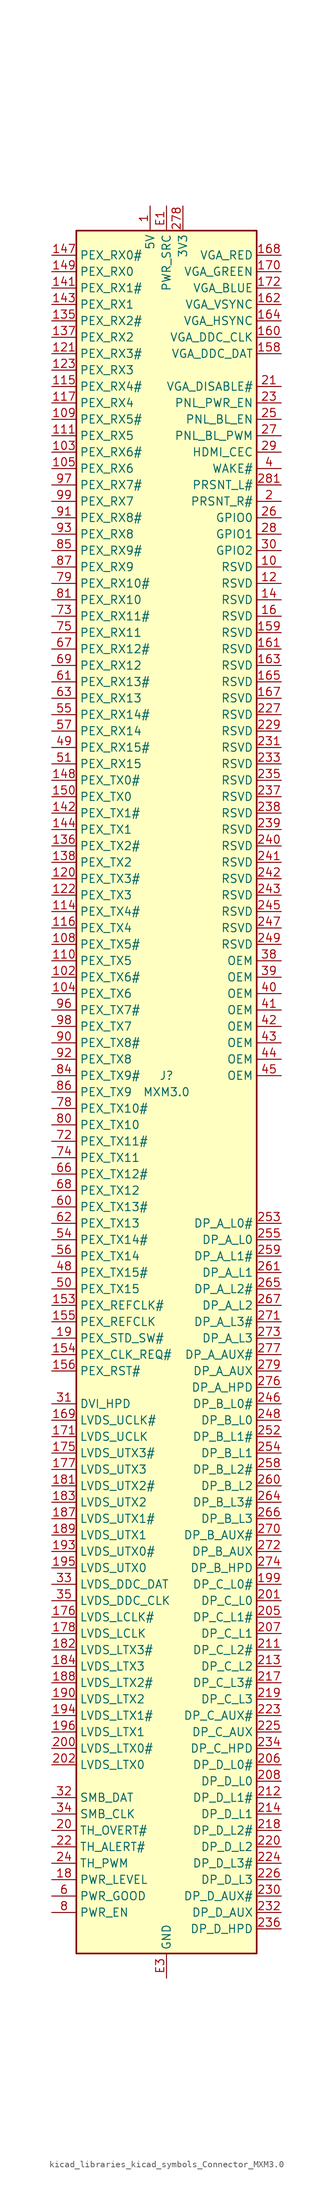
<source format=kicad_sym>
(kicad_symbol_lib
  (version 20220914)
  (generator kicad_symbol_editor)
  (symbol "kicad_libraries_kicad_symbols_Connector_MXM3.0"
    (property "Reference" "J"
      (at 0 2.54 0)
      (effects (font (size 1.27 1.27))))
    (property "Value" "MXM3.0"
      (at 0 0 0)
      (effects (font (size 1.27 1.27))))
    (symbol "kicad_libraries_kicad_symbols_Connector_MXM3.0_1_1"
      (rectangle (start -13.97 133.35) (end 13.97 -133.35) (stroke (width 0.254) (type default)) (fill (type background)))
      (pin power_in line (at -2.54 137.16 270) (length 3.81) (name "5V" (effects (font (size 1.27 1.27)))) (number "1" (effects (font (size 1.27 1.27)))))
      (pin bidirectional line (at 17.78 81.28 180) (length 3.81) (name "RSVD" (effects (font (size 1.27 1.27)))) (number "10" (effects (font (size 1.27 1.27)))))
      (pin passive line (at 0 -137.16 90) (length 3.81) hide (name "GND" (effects (font (size 1.27 1.27)))) (number "100" (effects (font (size 1.27 1.27)))))
      (pin passive line (at 0 -137.16 90) (length 3.81) hide (name "GND" (effects (font (size 1.27 1.27)))) (number "101" (effects (font (size 1.27 1.27)))))
      (pin input line (at -17.78 17.78 0) (length 3.81) (name "PEX_TX6#" (effects (font (size 1.27 1.27)))) (number "102" (effects (font (size 1.27 1.27)))))
      (pin output line (at -17.78 99.06 0) (length 3.81) (name "PEX_RX6#" (effects (font (size 1.27 1.27)))) (number "103" (effects (font (size 1.27 1.27)))))
      (pin input line (at -17.78 15.24 0) (length 3.81) (name "PEX_TX6" (effects (font (size 1.27 1.27)))) (number "104" (effects (font (size 1.27 1.27)))))
      (pin output line (at -17.78 96.52 0) (length 3.81) (name "PEX_RX6" (effects (font (size 1.27 1.27)))) (number "105" (effects (font (size 1.27 1.27)))))
      (pin passive line (at 0 -137.16 90) (length 3.81) hide (name "GND" (effects (font (size 1.27 1.27)))) (number "106" (effects (font (size 1.27 1.27)))))
      (pin passive line (at 0 -137.16 90) (length 3.81) hide (name "GND" (effects (font (size 1.27 1.27)))) (number "107" (effects (font (size 1.27 1.27)))))
      (pin input line (at -17.78 22.86 0) (length 3.81) (name "PEX_TX5#" (effects (font (size 1.27 1.27)))) (number "108" (effects (font (size 1.27 1.27)))))
      (pin output line (at -17.78 104.14 0) (length 3.81) (name "PEX_RX5#" (effects (font (size 1.27 1.27)))) (number "109" (effects (font (size 1.27 1.27)))))
      (pin passive line (at 0 -137.16 90) (length 3.81) hide (name "GND" (effects (font (size 1.27 1.27)))) (number "11" (effects (font (size 1.27 1.27)))))
      (pin input line (at -17.78 20.32 0) (length 3.81) (name "PEX_TX5" (effects (font (size 1.27 1.27)))) (number "110" (effects (font (size 1.27 1.27)))))
      (pin output line (at -17.78 101.6 0) (length 3.81) (name "PEX_RX5" (effects (font (size 1.27 1.27)))) (number "111" (effects (font (size 1.27 1.27)))))
      (pin passive line (at 0 -137.16 90) (length 3.81) hide (name "GND" (effects (font (size 1.27 1.27)))) (number "112" (effects (font (size 1.27 1.27)))))
      (pin passive line (at 0 -137.16 90) (length 3.81) hide (name "GND" (effects (font (size 1.27 1.27)))) (number "113" (effects (font (size 1.27 1.27)))))
      (pin input line (at -17.78 27.94 0) (length 3.81) (name "PEX_TX4#" (effects (font (size 1.27 1.27)))) (number "114" (effects (font (size 1.27 1.27)))))
      (pin output line (at -17.78 109.22 0) (length 3.81) (name "PEX_RX4#" (effects (font (size 1.27 1.27)))) (number "115" (effects (font (size 1.27 1.27)))))
      (pin input line (at -17.78 25.4 0) (length 3.81) (name "PEX_TX4" (effects (font (size 1.27 1.27)))) (number "116" (effects (font (size 1.27 1.27)))))
      (pin output line (at -17.78 106.68 0) (length 3.81) (name "PEX_RX4" (effects (font (size 1.27 1.27)))) (number "117" (effects (font (size 1.27 1.27)))))
      (pin passive line (at 0 -137.16 90) (length 3.81) hide (name "GND" (effects (font (size 1.27 1.27)))) (number "118" (effects (font (size 1.27 1.27)))))
      (pin passive line (at 0 -137.16 90) (length 3.81) hide (name "GND" (effects (font (size 1.27 1.27)))) (number "119" (effects (font (size 1.27 1.27)))))
      (pin bidirectional line (at 17.78 78.74 180) (length 3.81) (name "RSVD" (effects (font (size 1.27 1.27)))) (number "12" (effects (font (size 1.27 1.27)))))
      (pin input line (at -17.78 33.02 0) (length 3.81) (name "PEX_TX3#" (effects (font (size 1.27 1.27)))) (number "120" (effects (font (size 1.27 1.27)))))
      (pin output line (at -17.78 114.3 0) (length 3.81) (name "PEX_RX3#" (effects (font (size 1.27 1.27)))) (number "121" (effects (font (size 1.27 1.27)))))
      (pin input line (at -17.78 30.48 0) (length 3.81) (name "PEX_TX3" (effects (font (size 1.27 1.27)))) (number "122" (effects (font (size 1.27 1.27)))))
      (pin output line (at -17.78 111.76 0) (length 3.81) (name "PEX_RX3" (effects (font (size 1.27 1.27)))) (number "123" (effects (font (size 1.27 1.27)))))
      (pin passive line (at 0 -137.16 90) (length 3.81) hide (name "GND" (effects (font (size 1.27 1.27)))) (number "124" (effects (font (size 1.27 1.27)))))
      (pin passive line (at 0 -137.16 90) (length 3.81) hide (name "GND" (effects (font (size 1.27 1.27)))) (number "125" (effects (font (size 1.27 1.27)))))
      (pin passive line (at 0 -137.16 90) (length 3.81) hide (name "GND" (effects (font (size 1.27 1.27)))) (number "13" (effects (font (size 1.27 1.27)))))
      (pin passive line (at 0 -137.16 90) (length 3.81) hide (name "GND" (effects (font (size 1.27 1.27)))) (number "133" (effects (font (size 1.27 1.27)))))
      (pin passive line (at 0 -137.16 90) (length 3.81) hide (name "GND" (effects (font (size 1.27 1.27)))) (number "134" (effects (font (size 1.27 1.27)))))
      (pin output line (at -17.78 119.38 0) (length 3.81) (name "PEX_RX2#" (effects (font (size 1.27 1.27)))) (number "135" (effects (font (size 1.27 1.27)))))
      (pin input line (at -17.78 38.1 0) (length 3.81) (name "PEX_TX2#" (effects (font (size 1.27 1.27)))) (number "136" (effects (font (size 1.27 1.27)))))
      (pin output line (at -17.78 116.84 0) (length 3.81) (name "PEX_RX2" (effects (font (size 1.27 1.27)))) (number "137" (effects (font (size 1.27 1.27)))))
      (pin input line (at -17.78 35.56 0) (length 3.81) (name "PEX_TX2" (effects (font (size 1.27 1.27)))) (number "138" (effects (font (size 1.27 1.27)))))
      (pin passive line (at 0 -137.16 90) (length 3.81) hide (name "GND" (effects (font (size 1.27 1.27)))) (number "139" (effects (font (size 1.27 1.27)))))
      (pin bidirectional line (at 17.78 76.2 180) (length 3.81) (name "RSVD" (effects (font (size 1.27 1.27)))) (number "14" (effects (font (size 1.27 1.27)))))
      (pin passive line (at 0 -137.16 90) (length 3.81) hide (name "GND" (effects (font (size 1.27 1.27)))) (number "140" (effects (font (size 1.27 1.27)))))
      (pin output line (at -17.78 124.46 0) (length 3.81) (name "PEX_RX1#" (effects (font (size 1.27 1.27)))) (number "141" (effects (font (size 1.27 1.27)))))
      (pin input line (at -17.78 43.18 0) (length 3.81) (name "PEX_TX1#" (effects (font (size 1.27 1.27)))) (number "142" (effects (font (size 1.27 1.27)))))
      (pin output line (at -17.78 121.92 0) (length 3.81) (name "PEX_RX1" (effects (font (size 1.27 1.27)))) (number "143" (effects (font (size 1.27 1.27)))))
      (pin input line (at -17.78 40.64 0) (length 3.81) (name "PEX_TX1" (effects (font (size 1.27 1.27)))) (number "144" (effects (font (size 1.27 1.27)))))
      (pin passive line (at 0 -137.16 90) (length 3.81) hide (name "GND" (effects (font (size 1.27 1.27)))) (number "145" (effects (font (size 1.27 1.27)))))
      (pin passive line (at 0 -137.16 90) (length 3.81) hide (name "GND" (effects (font (size 1.27 1.27)))) (number "146" (effects (font (size 1.27 1.27)))))
      (pin output line (at -17.78 129.54 0) (length 3.81) (name "PEX_RX0#" (effects (font (size 1.27 1.27)))) (number "147" (effects (font (size 1.27 1.27)))))
      (pin input line (at -17.78 48.26 0) (length 3.81) (name "PEX_TX0#" (effects (font (size 1.27 1.27)))) (number "148" (effects (font (size 1.27 1.27)))))
      (pin output line (at -17.78 127 0) (length 3.81) (name "PEX_RX0" (effects (font (size 1.27 1.27)))) (number "149" (effects (font (size 1.27 1.27)))))
      (pin passive line (at 0 -137.16 90) (length 3.81) hide (name "GND" (effects (font (size 1.27 1.27)))) (number "15" (effects (font (size 1.27 1.27)))))
      (pin input line (at -17.78 45.72 0) (length 3.81) (name "PEX_TX0" (effects (font (size 1.27 1.27)))) (number "150" (effects (font (size 1.27 1.27)))))
      (pin passive line (at 0 -137.16 90) (length 3.81) hide (name "GND" (effects (font (size 1.27 1.27)))) (number "151" (effects (font (size 1.27 1.27)))))
      (pin passive line (at 0 -137.16 90) (length 3.81) hide (name "GND" (effects (font (size 1.27 1.27)))) (number "152" (effects (font (size 1.27 1.27)))))
      (pin input line (at -17.78 -33.02 0) (length 3.81) (name "PEX_REFCLK#" (effects (font (size 1.27 1.27)))) (number "153" (effects (font (size 1.27 1.27)))))
      (pin output line (at -17.78 -40.64 0) (length 3.81) (name "PEX_CLK_REQ#" (effects (font (size 1.27 1.27)))) (number "154" (effects (font (size 1.27 1.27)))))
      (pin input line (at -17.78 -35.56 0) (length 3.81) (name "PEX_REFCLK" (effects (font (size 1.27 1.27)))) (number "155" (effects (font (size 1.27 1.27)))))
      (pin input line (at -17.78 -43.18 0) (length 3.81) (name "PEX_RST#" (effects (font (size 1.27 1.27)))) (number "156" (effects (font (size 1.27 1.27)))))
      (pin passive line (at 0 -137.16 90) (length 3.81) hide (name "GND" (effects (font (size 1.27 1.27)))) (number "157" (effects (font (size 1.27 1.27)))))
      (pin bidirectional line (at 17.78 114.3 180) (length 3.81) (name "VGA_DDC_DAT" (effects (font (size 1.27 1.27)))) (number "158" (effects (font (size 1.27 1.27)))))
      (pin bidirectional line (at 17.78 71.12 180) (length 3.81) (name "RSVD" (effects (font (size 1.27 1.27)))) (number "159" (effects (font (size 1.27 1.27)))))
      (pin bidirectional line (at 17.78 73.66 180) (length 3.81) (name "RSVD" (effects (font (size 1.27 1.27)))) (number "16" (effects (font (size 1.27 1.27)))))
      (pin output line (at 17.78 116.84 180) (length 3.81) (name "VGA_DDC_CLK" (effects (font (size 1.27 1.27)))) (number "160" (effects (font (size 1.27 1.27)))))
      (pin bidirectional line (at 17.78 68.58 180) (length 3.81) (name "RSVD" (effects (font (size 1.27 1.27)))) (number "161" (effects (font (size 1.27 1.27)))))
      (pin output line (at 17.78 121.92 180) (length 3.81) (name "VGA_VSYNC" (effects (font (size 1.27 1.27)))) (number "162" (effects (font (size 1.27 1.27)))))
      (pin bidirectional line (at 17.78 66.04 180) (length 3.81) (name "RSVD" (effects (font (size 1.27 1.27)))) (number "163" (effects (font (size 1.27 1.27)))))
      (pin output line (at 17.78 119.38 180) (length 3.81) (name "VGA_HSYNC" (effects (font (size 1.27 1.27)))) (number "164" (effects (font (size 1.27 1.27)))))
      (pin bidirectional line (at 17.78 63.5 180) (length 3.81) (name "RSVD" (effects (font (size 1.27 1.27)))) (number "165" (effects (font (size 1.27 1.27)))))
      (pin passive line (at 0 -137.16 90) (length 3.81) hide (name "GND" (effects (font (size 1.27 1.27)))) (number "166" (effects (font (size 1.27 1.27)))))
      (pin bidirectional line (at 17.78 60.96 180) (length 3.81) (name "RSVD" (effects (font (size 1.27 1.27)))) (number "167" (effects (font (size 1.27 1.27)))))
      (pin output line (at 17.78 129.54 180) (length 3.81) (name "VGA_RED" (effects (font (size 1.27 1.27)))) (number "168" (effects (font (size 1.27 1.27)))))
      (pin output line (at -17.78 -50.8 0) (length 3.81) (name "LVDS_UCLK#" (effects (font (size 1.27 1.27)))) (number "169" (effects (font (size 1.27 1.27)))))
      (pin passive line (at 0 -137.16 90) (length 3.81) hide (name "GND" (effects (font (size 1.27 1.27)))) (number "17" (effects (font (size 1.27 1.27)))))
      (pin output line (at 17.78 127 180) (length 3.81) (name "VGA_GREEN" (effects (font (size 1.27 1.27)))) (number "170" (effects (font (size 1.27 1.27)))))
      (pin output line (at -17.78 -53.34 0) (length 3.81) (name "LVDS_UCLK" (effects (font (size 1.27 1.27)))) (number "171" (effects (font (size 1.27 1.27)))))
      (pin output line (at 17.78 124.46 180) (length 3.81) (name "VGA_BLUE" (effects (font (size 1.27 1.27)))) (number "172" (effects (font (size 1.27 1.27)))))
      (pin passive line (at 0 -137.16 90) (length 3.81) hide (name "GND" (effects (font (size 1.27 1.27)))) (number "173" (effects (font (size 1.27 1.27)))))
      (pin passive line (at 0 -137.16 90) (length 3.81) hide (name "GND" (effects (font (size 1.27 1.27)))) (number "174" (effects (font (size 1.27 1.27)))))
      (pin output line (at -17.78 -55.88 0) (length 3.81) (name "LVDS_UTX3#" (effects (font (size 1.27 1.27)))) (number "175" (effects (font (size 1.27 1.27)))))
      (pin output line (at -17.78 -81.28 0) (length 3.81) (name "LVDS_LCLK#" (effects (font (size 1.27 1.27)))) (number "176" (effects (font (size 1.27 1.27)))))
      (pin output line (at -17.78 -58.42 0) (length 3.81) (name "LVDS_UTX3" (effects (font (size 1.27 1.27)))) (number "177" (effects (font (size 1.27 1.27)))))
      (pin output line (at -17.78 -83.82 0) (length 3.81) (name "LVDS_LCLK" (effects (font (size 1.27 1.27)))) (number "178" (effects (font (size 1.27 1.27)))))
      (pin passive line (at 0 -137.16 90) (length 3.81) hide (name "GND" (effects (font (size 1.27 1.27)))) (number "179" (effects (font (size 1.27 1.27)))))
      (pin input line (at -17.78 -121.92 0) (length 3.81) (name "PWR_LEVEL" (effects (font (size 1.27 1.27)))) (number "18" (effects (font (size 1.27 1.27)))))
      (pin passive line (at 0 -137.16 90) (length 3.81) hide (name "GND" (effects (font (size 1.27 1.27)))) (number "180" (effects (font (size 1.27 1.27)))))
      (pin output line (at -17.78 -60.96 0) (length 3.81) (name "LVDS_UTX2#" (effects (font (size 1.27 1.27)))) (number "181" (effects (font (size 1.27 1.27)))))
      (pin output line (at -17.78 -86.36 0) (length 3.81) (name "LVDS_LTX3#" (effects (font (size 1.27 1.27)))) (number "182" (effects (font (size 1.27 1.27)))))
      (pin output line (at -17.78 -63.5 0) (length 3.81) (name "LVDS_UTX2" (effects (font (size 1.27 1.27)))) (number "183" (effects (font (size 1.27 1.27)))))
      (pin output line (at -17.78 -88.9 0) (length 3.81) (name "LVDS_LTX3" (effects (font (size 1.27 1.27)))) (number "184" (effects (font (size 1.27 1.27)))))
      (pin passive line (at 0 -137.16 90) (length 3.81) hide (name "GND" (effects (font (size 1.27 1.27)))) (number "185" (effects (font (size 1.27 1.27)))))
      (pin passive line (at 0 -137.16 90) (length 3.81) hide (name "GND" (effects (font (size 1.27 1.27)))) (number "186" (effects (font (size 1.27 1.27)))))
      (pin output line (at -17.78 -66.04 0) (length 3.81) (name "LVDS_UTX1#" (effects (font (size 1.27 1.27)))) (number "187" (effects (font (size 1.27 1.27)))))
      (pin output line (at -17.78 -91.44 0) (length 3.81) (name "LVDS_LTX2#" (effects (font (size 1.27 1.27)))) (number "188" (effects (font (size 1.27 1.27)))))
      (pin output line (at -17.78 -68.58 0) (length 3.81) (name "LVDS_UTX1" (effects (font (size 1.27 1.27)))) (number "189" (effects (font (size 1.27 1.27)))))
      (pin input line (at -17.78 -38.1 0) (length 3.81) (name "PEX_STD_SW#" (effects (font (size 1.27 1.27)))) (number "19" (effects (font (size 1.27 1.27)))))
      (pin output line (at -17.78 -93.98 0) (length 3.81) (name "LVDS_LTX2" (effects (font (size 1.27 1.27)))) (number "190" (effects (font (size 1.27 1.27)))))
      (pin passive line (at 0 -137.16 90) (length 3.81) hide (name "GND" (effects (font (size 1.27 1.27)))) (number "191" (effects (font (size 1.27 1.27)))))
      (pin passive line (at 0 -137.16 90) (length 3.81) hide (name "GND" (effects (font (size 1.27 1.27)))) (number "192" (effects (font (size 1.27 1.27)))))
      (pin output line (at -17.78 -71.12 0) (length 3.81) (name "LVDS_UTX0#" (effects (font (size 1.27 1.27)))) (number "193" (effects (font (size 1.27 1.27)))))
      (pin output line (at -17.78 -96.52 0) (length 3.81) (name "LVDS_LTX1#" (effects (font (size 1.27 1.27)))) (number "194" (effects (font (size 1.27 1.27)))))
      (pin output line (at -17.78 -73.66 0) (length 3.81) (name "LVDS_UTX0" (effects (font (size 1.27 1.27)))) (number "195" (effects (font (size 1.27 1.27)))))
      (pin output line (at -17.78 -99.06 0) (length 3.81) (name "LVDS_LTX1" (effects (font (size 1.27 1.27)))) (number "196" (effects (font (size 1.27 1.27)))))
      (pin passive line (at 0 -137.16 90) (length 3.81) hide (name "GND" (effects (font (size 1.27 1.27)))) (number "197" (effects (font (size 1.27 1.27)))))
      (pin passive line (at 0 -137.16 90) (length 3.81) hide (name "GND" (effects (font (size 1.27 1.27)))) (number "198" (effects (font (size 1.27 1.27)))))
      (pin output line (at 17.78 -76.2 180) (length 3.81) (name "DP_C_L0#" (effects (font (size 1.27 1.27)))) (number "199" (effects (font (size 1.27 1.27)))))
      (pin output line (at 17.78 91.44 180) (length 3.81) (name "PRSNT_R#" (effects (font (size 1.27 1.27)))) (number "2" (effects (font (size 1.27 1.27)))))
      (pin output line (at -17.78 -114.3 0) (length 3.81) (name "TH_OVERT#" (effects (font (size 1.27 1.27)))) (number "20" (effects (font (size 1.27 1.27)))))
      (pin output line (at -17.78 -101.6 0) (length 3.81) (name "LVDS_LTX0#" (effects (font (size 1.27 1.27)))) (number "200" (effects (font (size 1.27 1.27)))))
      (pin output line (at 17.78 -78.74 180) (length 3.81) (name "DP_C_L0" (effects (font (size 1.27 1.27)))) (number "201" (effects (font (size 1.27 1.27)))))
      (pin output line (at -17.78 -104.14 0) (length 3.81) (name "LVDS_LTX0" (effects (font (size 1.27 1.27)))) (number "202" (effects (font (size 1.27 1.27)))))
      (pin passive line (at 0 -137.16 90) (length 3.81) hide (name "GND" (effects (font (size 1.27 1.27)))) (number "203" (effects (font (size 1.27 1.27)))))
      (pin passive line (at 0 -137.16 90) (length 3.81) hide (name "GND" (effects (font (size 1.27 1.27)))) (number "204" (effects (font (size 1.27 1.27)))))
      (pin output line (at 17.78 -81.28 180) (length 3.81) (name "DP_C_L1#" (effects (font (size 1.27 1.27)))) (number "205" (effects (font (size 1.27 1.27)))))
      (pin output line (at 17.78 -104.14 180) (length 3.81) (name "DP_D_L0#" (effects (font (size 1.27 1.27)))) (number "206" (effects (font (size 1.27 1.27)))))
      (pin output line (at 17.78 -83.82 180) (length 3.81) (name "DP_C_L1" (effects (font (size 1.27 1.27)))) (number "207" (effects (font (size 1.27 1.27)))))
      (pin output line (at 17.78 -106.68 180) (length 3.81) (name "DP_D_L0" (effects (font (size 1.27 1.27)))) (number "208" (effects (font (size 1.27 1.27)))))
      (pin passive line (at 0 -137.16 90) (length 3.81) hide (name "GND" (effects (font (size 1.27 1.27)))) (number "209" (effects (font (size 1.27 1.27)))))
      (pin input line (at 17.78 109.22 180) (length 3.81) (name "VGA_DISABLE#" (effects (font (size 1.27 1.27)))) (number "21" (effects (font (size 1.27 1.27)))))
      (pin passive line (at 0 -137.16 90) (length 3.81) hide (name "GND" (effects (font (size 1.27 1.27)))) (number "210" (effects (font (size 1.27 1.27)))))
      (pin output line (at 17.78 -86.36 180) (length 3.81) (name "DP_C_L2#" (effects (font (size 1.27 1.27)))) (number "211" (effects (font (size 1.27 1.27)))))
      (pin output line (at 17.78 -109.22 180) (length 3.81) (name "DP_D_L1#" (effects (font (size 1.27 1.27)))) (number "212" (effects (font (size 1.27 1.27)))))
      (pin output line (at 17.78 -88.9 180) (length 3.81) (name "DP_C_L2" (effects (font (size 1.27 1.27)))) (number "213" (effects (font (size 1.27 1.27)))))
      (pin output line (at 17.78 -111.76 180) (length 3.81) (name "DP_D_L1" (effects (font (size 1.27 1.27)))) (number "214" (effects (font (size 1.27 1.27)))))
      (pin passive line (at 0 -137.16 90) (length 3.81) hide (name "GND" (effects (font (size 1.27 1.27)))) (number "215" (effects (font (size 1.27 1.27)))))
      (pin passive line (at 0 -137.16 90) (length 3.81) hide (name "GND" (effects (font (size 1.27 1.27)))) (number "216" (effects (font (size 1.27 1.27)))))
      (pin output line (at 17.78 -91.44 180) (length 3.81) (name "DP_C_L3#" (effects (font (size 1.27 1.27)))) (number "217" (effects (font (size 1.27 1.27)))))
      (pin output line (at 17.78 -114.3 180) (length 3.81) (name "DP_D_L2#" (effects (font (size 1.27 1.27)))) (number "218" (effects (font (size 1.27 1.27)))))
      (pin output line (at 17.78 -93.98 180) (length 3.81) (name "DP_C_L3" (effects (font (size 1.27 1.27)))) (number "219" (effects (font (size 1.27 1.27)))))
      (pin bidirectional line (at -17.78 -116.84 0) (length 3.81) (name "TH_ALERT#" (effects (font (size 1.27 1.27)))) (number "22" (effects (font (size 1.27 1.27)))))
      (pin output line (at 17.78 -116.84 180) (length 3.81) (name "DP_D_L2" (effects (font (size 1.27 1.27)))) (number "220" (effects (font (size 1.27 1.27)))))
      (pin passive line (at 0 -137.16 90) (length 3.81) hide (name "GND" (effects (font (size 1.27 1.27)))) (number "221" (effects (font (size 1.27 1.27)))))
      (pin passive line (at 0 -137.16 90) (length 3.81) hide (name "GND" (effects (font (size 1.27 1.27)))) (number "222" (effects (font (size 1.27 1.27)))))
      (pin bidirectional line (at 17.78 -96.52 180) (length 3.81) (name "DP_C_AUX#" (effects (font (size 1.27 1.27)))) (number "223" (effects (font (size 1.27 1.27)))))
      (pin output line (at 17.78 -119.38 180) (length 3.81) (name "DP_D_L3#" (effects (font (size 1.27 1.27)))) (number "224" (effects (font (size 1.27 1.27)))))
      (pin bidirectional line (at 17.78 -99.06 180) (length 3.81) (name "DP_C_AUX" (effects (font (size 1.27 1.27)))) (number "225" (effects (font (size 1.27 1.27)))))
      (pin output line (at 17.78 -121.92 180) (length 3.81) (name "DP_D_L3" (effects (font (size 1.27 1.27)))) (number "226" (effects (font (size 1.27 1.27)))))
      (pin bidirectional line (at 17.78 58.42 180) (length 3.81) (name "RSVD" (effects (font (size 1.27 1.27)))) (number "227" (effects (font (size 1.27 1.27)))))
      (pin passive line (at 0 -137.16 90) (length 3.81) hide (name "GND" (effects (font (size 1.27 1.27)))) (number "228" (effects (font (size 1.27 1.27)))))
      (pin bidirectional line (at 17.78 55.88 180) (length 3.81) (name "RSVD" (effects (font (size 1.27 1.27)))) (number "229" (effects (font (size 1.27 1.27)))))
      (pin output line (at 17.78 106.68 180) (length 3.81) (name "PNL_PWR_EN" (effects (font (size 1.27 1.27)))) (number "23" (effects (font (size 1.27 1.27)))))
      (pin bidirectional line (at 17.78 -124.46 180) (length 3.81) (name "DP_D_AUX#" (effects (font (size 1.27 1.27)))) (number "230" (effects (font (size 1.27 1.27)))))
      (pin bidirectional line (at 17.78 53.34 180) (length 3.81) (name "RSVD" (effects (font (size 1.27 1.27)))) (number "231" (effects (font (size 1.27 1.27)))))
      (pin bidirectional line (at 17.78 -127 180) (length 3.81) (name "DP_D_AUX" (effects (font (size 1.27 1.27)))) (number "232" (effects (font (size 1.27 1.27)))))
      (pin bidirectional line (at 17.78 50.8 180) (length 3.81) (name "RSVD" (effects (font (size 1.27 1.27)))) (number "233" (effects (font (size 1.27 1.27)))))
      (pin input line (at 17.78 -101.6 180) (length 3.81) (name "DP_C_HPD" (effects (font (size 1.27 1.27)))) (number "234" (effects (font (size 1.27 1.27)))))
      (pin bidirectional line (at 17.78 48.26 180) (length 3.81) (name "RSVD" (effects (font (size 1.27 1.27)))) (number "235" (effects (font (size 1.27 1.27)))))
      (pin input line (at 17.78 -129.54 180) (length 3.81) (name "DP_D_HPD" (effects (font (size 1.27 1.27)))) (number "236" (effects (font (size 1.27 1.27)))))
      (pin bidirectional line (at 17.78 45.72 180) (length 3.81) (name "RSVD" (effects (font (size 1.27 1.27)))) (number "237" (effects (font (size 1.27 1.27)))))
      (pin bidirectional line (at 17.78 43.18 180) (length 3.81) (name "RSVD" (effects (font (size 1.27 1.27)))) (number "238" (effects (font (size 1.27 1.27)))))
      (pin bidirectional line (at 17.78 40.64 180) (length 3.81) (name "RSVD" (effects (font (size 1.27 1.27)))) (number "239" (effects (font (size 1.27 1.27)))))
      (pin output line (at -17.78 -119.38 0) (length 3.81) (name "TH_PWM" (effects (font (size 1.27 1.27)))) (number "24" (effects (font (size 1.27 1.27)))))
      (pin bidirectional line (at 17.78 38.1 180) (length 3.81) (name "RSVD" (effects (font (size 1.27 1.27)))) (number "240" (effects (font (size 1.27 1.27)))))
      (pin bidirectional line (at 17.78 35.56 180) (length 3.81) (name "RSVD" (effects (font (size 1.27 1.27)))) (number "241" (effects (font (size 1.27 1.27)))))
      (pin bidirectional line (at 17.78 33.02 180) (length 3.81) (name "RSVD" (effects (font (size 1.27 1.27)))) (number "242" (effects (font (size 1.27 1.27)))))
      (pin bidirectional line (at 17.78 30.48 180) (length 3.81) (name "RSVD" (effects (font (size 1.27 1.27)))) (number "243" (effects (font (size 1.27 1.27)))))
      (pin passive line (at 0 -137.16 90) (length 3.81) hide (name "GND" (effects (font (size 1.27 1.27)))) (number "244" (effects (font (size 1.27 1.27)))))
      (pin bidirectional line (at 17.78 27.94 180) (length 3.81) (name "RSVD" (effects (font (size 1.27 1.27)))) (number "245" (effects (font (size 1.27 1.27)))))
      (pin output line (at 17.78 -48.26 180) (length 3.81) (name "DP_B_L0#" (effects (font (size 1.27 1.27)))) (number "246" (effects (font (size 1.27 1.27)))))
      (pin bidirectional line (at 17.78 25.4 180) (length 3.81) (name "RSVD" (effects (font (size 1.27 1.27)))) (number "247" (effects (font (size 1.27 1.27)))))
      (pin output line (at 17.78 -50.8 180) (length 3.81) (name "DP_B_L0" (effects (font (size 1.27 1.27)))) (number "248" (effects (font (size 1.27 1.27)))))
      (pin bidirectional line (at 17.78 22.86 180) (length 3.81) (name "RSVD" (effects (font (size 1.27 1.27)))) (number "249" (effects (font (size 1.27 1.27)))))
      (pin output line (at 17.78 104.14 180) (length 3.81) (name "PNL_BL_EN" (effects (font (size 1.27 1.27)))) (number "25" (effects (font (size 1.27 1.27)))))
      (pin passive line (at 0 -137.16 90) (length 3.81) hide (name "GND" (effects (font (size 1.27 1.27)))) (number "250" (effects (font (size 1.27 1.27)))))
      (pin passive line (at 0 -137.16 90) (length 3.81) hide (name "GND" (effects (font (size 1.27 1.27)))) (number "251" (effects (font (size 1.27 1.27)))))
      (pin output line (at 17.78 -53.34 180) (length 3.81) (name "DP_B_L1#" (effects (font (size 1.27 1.27)))) (number "252" (effects (font (size 1.27 1.27)))))
      (pin output line (at 17.78 -20.32 180) (length 3.81) (name "DP_A_L0#" (effects (font (size 1.27 1.27)))) (number "253" (effects (font (size 1.27 1.27)))))
      (pin output line (at 17.78 -55.88 180) (length 3.81) (name "DP_B_L1" (effects (font (size 1.27 1.27)))) (number "254" (effects (font (size 1.27 1.27)))))
      (pin output line (at 17.78 -22.86 180) (length 3.81) (name "DP_A_L0" (effects (font (size 1.27 1.27)))) (number "255" (effects (font (size 1.27 1.27)))))
      (pin passive line (at 0 -137.16 90) (length 3.81) hide (name "GND" (effects (font (size 1.27 1.27)))) (number "256" (effects (font (size 1.27 1.27)))))
      (pin passive line (at 0 -137.16 90) (length 3.81) hide (name "GND" (effects (font (size 1.27 1.27)))) (number "257" (effects (font (size 1.27 1.27)))))
      (pin output line (at 17.78 -58.42 180) (length 3.81) (name "DP_B_L2#" (effects (font (size 1.27 1.27)))) (number "258" (effects (font (size 1.27 1.27)))))
      (pin output line (at 17.78 -25.4 180) (length 3.81) (name "DP_A_L1#" (effects (font (size 1.27 1.27)))) (number "259" (effects (font (size 1.27 1.27)))))
      (pin bidirectional line (at 17.78 88.9 180) (length 3.81) (name "GPIO0" (effects (font (size 1.27 1.27)))) (number "26" (effects (font (size 1.27 1.27)))))
      (pin output line (at 17.78 -60.96 180) (length 3.81) (name "DP_B_L2" (effects (font (size 1.27 1.27)))) (number "260" (effects (font (size 1.27 1.27)))))
      (pin output line (at 17.78 -27.94 180) (length 3.81) (name "DP_A_L1" (effects (font (size 1.27 1.27)))) (number "261" (effects (font (size 1.27 1.27)))))
      (pin passive line (at 0 -137.16 90) (length 3.81) hide (name "GND" (effects (font (size 1.27 1.27)))) (number "262" (effects (font (size 1.27 1.27)))))
      (pin passive line (at 0 -137.16 90) (length 3.81) hide (name "GND" (effects (font (size 1.27 1.27)))) (number "263" (effects (font (size 1.27 1.27)))))
      (pin output line (at 17.78 -63.5 180) (length 3.81) (name "DP_B_L3#" (effects (font (size 1.27 1.27)))) (number "264" (effects (font (size 1.27 1.27)))))
      (pin output line (at 17.78 -30.48 180) (length 3.81) (name "DP_A_L2#" (effects (font (size 1.27 1.27)))) (number "265" (effects (font (size 1.27 1.27)))))
      (pin output line (at 17.78 -66.04 180) (length 3.81) (name "DP_B_L3" (effects (font (size 1.27 1.27)))) (number "266" (effects (font (size 1.27 1.27)))))
      (pin output line (at 17.78 -33.02 180) (length 3.81) (name "DP_A_L2" (effects (font (size 1.27 1.27)))) (number "267" (effects (font (size 1.27 1.27)))))
      (pin passive line (at 0 -137.16 90) (length 3.81) hide (name "GND" (effects (font (size 1.27 1.27)))) (number "268" (effects (font (size 1.27 1.27)))))
      (pin passive line (at 0 -137.16 90) (length 3.81) hide (name "GND" (effects (font (size 1.27 1.27)))) (number "269" (effects (font (size 1.27 1.27)))))
      (pin output line (at 17.78 101.6 180) (length 3.81) (name "PNL_BL_PWM" (effects (font (size 1.27 1.27)))) (number "27" (effects (font (size 1.27 1.27)))))
      (pin bidirectional line (at 17.78 -68.58 180) (length 3.81) (name "DP_B_AUX#" (effects (font (size 1.27 1.27)))) (number "270" (effects (font (size 1.27 1.27)))))
      (pin output line (at 17.78 -35.56 180) (length 3.81) (name "DP_A_L3#" (effects (font (size 1.27 1.27)))) (number "271" (effects (font (size 1.27 1.27)))))
      (pin bidirectional line (at 17.78 -71.12 180) (length 3.81) (name "DP_B_AUX" (effects (font (size 1.27 1.27)))) (number "272" (effects (font (size 1.27 1.27)))))
      (pin output line (at 17.78 -38.1 180) (length 3.81) (name "DP_A_L3" (effects (font (size 1.27 1.27)))) (number "273" (effects (font (size 1.27 1.27)))))
      (pin input line (at 17.78 -73.66 180) (length 3.81) (name "DP_B_HPD" (effects (font (size 1.27 1.27)))) (number "274" (effects (font (size 1.27 1.27)))))
      (pin passive line (at 0 -137.16 90) (length 3.81) hide (name "GND" (effects (font (size 1.27 1.27)))) (number "275" (effects (font (size 1.27 1.27)))))
      (pin input line (at 17.78 -45.72 180) (length 3.81) (name "DP_A_HPD" (effects (font (size 1.27 1.27)))) (number "276" (effects (font (size 1.27 1.27)))))
      (pin bidirectional line (at 17.78 -40.64 180) (length 3.81) (name "DP_A_AUX#" (effects (font (size 1.27 1.27)))) (number "277" (effects (font (size 1.27 1.27)))))
      (pin power_in line (at 2.54 137.16 270) (length 3.81) (name "3V3" (effects (font (size 1.27 1.27)))) (number "278" (effects (font (size 1.27 1.27)))))
      (pin bidirectional line (at 17.78 -43.18 180) (length 3.81) (name "DP_A_AUX" (effects (font (size 1.27 1.27)))) (number "279" (effects (font (size 1.27 1.27)))))
      (pin bidirectional line (at 17.78 86.36 180) (length 3.81) (name "GPIO1" (effects (font (size 1.27 1.27)))) (number "28" (effects (font (size 1.27 1.27)))))
      (pin passive line (at 2.54 137.16 270) (length 3.81) hide (name "3V3" (effects (font (size 1.27 1.27)))) (number "280" (effects (font (size 1.27 1.27)))))
      (pin output line (at 17.78 93.98 180) (length 3.81) (name "PRSNT_L#" (effects (font (size 1.27 1.27)))) (number "281" (effects (font (size 1.27 1.27)))))
      (pin bidirectional line (at 17.78 99.06 180) (length 3.81) (name "HDMI_CEC" (effects (font (size 1.27 1.27)))) (number "29" (effects (font (size 1.27 1.27)))))
      (pin passive line (at -2.54 137.16 270) (length 3.81) hide (name "5V" (effects (font (size 1.27 1.27)))) (number "3" (effects (font (size 1.27 1.27)))))
      (pin bidirectional line (at 17.78 83.82 180) (length 3.81) (name "GPIO2" (effects (font (size 1.27 1.27)))) (number "30" (effects (font (size 1.27 1.27)))))
      (pin input line (at -17.78 -48.26 0) (length 3.81) (name "DVI_HPD" (effects (font (size 1.27 1.27)))) (number "31" (effects (font (size 1.27 1.27)))))
      (pin bidirectional line (at -17.78 -109.22 0) (length 3.81) (name "SMB_DAT" (effects (font (size 1.27 1.27)))) (number "32" (effects (font (size 1.27 1.27)))))
      (pin bidirectional line (at -17.78 -76.2 0) (length 3.81) (name "LVDS_DDC_DAT" (effects (font (size 1.27 1.27)))) (number "33" (effects (font (size 1.27 1.27)))))
      (pin input line (at -17.78 -111.76 0) (length 3.81) (name "SMB_CLK" (effects (font (size 1.27 1.27)))) (number "34" (effects (font (size 1.27 1.27)))))
      (pin output line (at -17.78 -78.74 0) (length 3.81) (name "LVDS_DDC_CLK" (effects (font (size 1.27 1.27)))) (number "35" (effects (font (size 1.27 1.27)))))
      (pin passive line (at 0 -137.16 90) (length 3.81) hide (name "GND" (effects (font (size 1.27 1.27)))) (number "36" (effects (font (size 1.27 1.27)))))
      (pin passive line (at 0 -137.16 90) (length 3.81) hide (name "GND" (effects (font (size 1.27 1.27)))) (number "37" (effects (font (size 1.27 1.27)))))
      (pin bidirectional line (at 17.78 20.32 180) (length 3.81) (name "OEM" (effects (font (size 1.27 1.27)))) (number "38" (effects (font (size 1.27 1.27)))))
      (pin bidirectional line (at 17.78 17.78 180) (length 3.81) (name "OEM" (effects (font (size 1.27 1.27)))) (number "39" (effects (font (size 1.27 1.27)))))
      (pin output line (at 17.78 96.52 180) (length 3.81) (name "WAKE#" (effects (font (size 1.27 1.27)))) (number "4" (effects (font (size 1.27 1.27)))))
      (pin bidirectional line (at 17.78 15.24 180) (length 3.81) (name "OEM" (effects (font (size 1.27 1.27)))) (number "40" (effects (font (size 1.27 1.27)))))
      (pin bidirectional line (at 17.78 12.7 180) (length 3.81) (name "OEM" (effects (font (size 1.27 1.27)))) (number "41" (effects (font (size 1.27 1.27)))))
      (pin bidirectional line (at 17.78 10.16 180) (length 3.81) (name "OEM" (effects (font (size 1.27 1.27)))) (number "42" (effects (font (size 1.27 1.27)))))
      (pin bidirectional line (at 17.78 7.62 180) (length 3.81) (name "OEM" (effects (font (size 1.27 1.27)))) (number "43" (effects (font (size 1.27 1.27)))))
      (pin bidirectional line (at 17.78 5.08 180) (length 3.81) (name "OEM" (effects (font (size 1.27 1.27)))) (number "44" (effects (font (size 1.27 1.27)))))
      (pin bidirectional line (at 17.78 2.54 180) (length 3.81) (name "OEM" (effects (font (size 1.27 1.27)))) (number "45" (effects (font (size 1.27 1.27)))))
      (pin passive line (at 0 -137.16 90) (length 3.81) hide (name "GND" (effects (font (size 1.27 1.27)))) (number "46" (effects (font (size 1.27 1.27)))))
      (pin passive line (at 0 -137.16 90) (length 3.81) hide (name "GND" (effects (font (size 1.27 1.27)))) (number "47" (effects (font (size 1.27 1.27)))))
      (pin input line (at -17.78 -27.94 0) (length 3.81) (name "PEX_TX15#" (effects (font (size 1.27 1.27)))) (number "48" (effects (font (size 1.27 1.27)))))
      (pin output line (at -17.78 53.34 0) (length 3.81) (name "PEX_RX15#" (effects (font (size 1.27 1.27)))) (number "49" (effects (font (size 1.27 1.27)))))
      (pin passive line (at -2.54 137.16 270) (length 3.81) hide (name "5V" (effects (font (size 1.27 1.27)))) (number "5" (effects (font (size 1.27 1.27)))))
      (pin input line (at -17.78 -30.48 0) (length 3.81) (name "PEX_TX15" (effects (font (size 1.27 1.27)))) (number "50" (effects (font (size 1.27 1.27)))))
      (pin output line (at -17.78 50.8 0) (length 3.81) (name "PEX_RX15" (effects (font (size 1.27 1.27)))) (number "51" (effects (font (size 1.27 1.27)))))
      (pin passive line (at 0 -137.16 90) (length 3.81) hide (name "GND" (effects (font (size 1.27 1.27)))) (number "52" (effects (font (size 1.27 1.27)))))
      (pin passive line (at 0 -137.16 90) (length 3.81) hide (name "GND" (effects (font (size 1.27 1.27)))) (number "53" (effects (font (size 1.27 1.27)))))
      (pin input line (at -17.78 -22.86 0) (length 3.81) (name "PEX_TX14#" (effects (font (size 1.27 1.27)))) (number "54" (effects (font (size 1.27 1.27)))))
      (pin output line (at -17.78 58.42 0) (length 3.81) (name "PEX_RX14#" (effects (font (size 1.27 1.27)))) (number "55" (effects (font (size 1.27 1.27)))))
      (pin input line (at -17.78 -25.4 0) (length 3.81) (name "PEX_TX14" (effects (font (size 1.27 1.27)))) (number "56" (effects (font (size 1.27 1.27)))))
      (pin output line (at -17.78 55.88 0) (length 3.81) (name "PEX_RX14" (effects (font (size 1.27 1.27)))) (number "57" (effects (font (size 1.27 1.27)))))
      (pin passive line (at 0 -137.16 90) (length 3.81) hide (name "GND" (effects (font (size 1.27 1.27)))) (number "58" (effects (font (size 1.27 1.27)))))
      (pin passive line (at 0 -137.16 90) (length 3.81) hide (name "GND" (effects (font (size 1.27 1.27)))) (number "59" (effects (font (size 1.27 1.27)))))
      (pin output line (at -17.78 -124.46 0) (length 3.81) (name "PWR_GOOD" (effects (font (size 1.27 1.27)))) (number "6" (effects (font (size 1.27 1.27)))))
      (pin input line (at -17.78 -17.78 0) (length 3.81) (name "PEX_TX13#" (effects (font (size 1.27 1.27)))) (number "60" (effects (font (size 1.27 1.27)))))
      (pin output line (at -17.78 63.5 0) (length 3.81) (name "PEX_RX13#" (effects (font (size 1.27 1.27)))) (number "61" (effects (font (size 1.27 1.27)))))
      (pin input line (at -17.78 -20.32 0) (length 3.81) (name "PEX_TX13" (effects (font (size 1.27 1.27)))) (number "62" (effects (font (size 1.27 1.27)))))
      (pin output line (at -17.78 60.96 0) (length 3.81) (name "PEX_RX13" (effects (font (size 1.27 1.27)))) (number "63" (effects (font (size 1.27 1.27)))))
      (pin passive line (at 0 -137.16 90) (length 3.81) hide (name "GND" (effects (font (size 1.27 1.27)))) (number "64" (effects (font (size 1.27 1.27)))))
      (pin passive line (at 0 -137.16 90) (length 3.81) hide (name "GND" (effects (font (size 1.27 1.27)))) (number "65" (effects (font (size 1.27 1.27)))))
      (pin input line (at -17.78 -12.7 0) (length 3.81) (name "PEX_TX12#" (effects (font (size 1.27 1.27)))) (number "66" (effects (font (size 1.27 1.27)))))
      (pin output line (at -17.78 68.58 0) (length 3.81) (name "PEX_RX12#" (effects (font (size 1.27 1.27)))) (number "67" (effects (font (size 1.27 1.27)))))
      (pin input line (at -17.78 -15.24 0) (length 3.81) (name "PEX_TX12" (effects (font (size 1.27 1.27)))) (number "68" (effects (font (size 1.27 1.27)))))
      (pin output line (at -17.78 66.04 0) (length 3.81) (name "PEX_RX12" (effects (font (size 1.27 1.27)))) (number "69" (effects (font (size 1.27 1.27)))))
      (pin passive line (at -2.54 137.16 270) (length 3.81) hide (name "5V" (effects (font (size 1.27 1.27)))) (number "7" (effects (font (size 1.27 1.27)))))
      (pin passive line (at 0 -137.16 90) (length 3.81) hide (name "GND" (effects (font (size 1.27 1.27)))) (number "70" (effects (font (size 1.27 1.27)))))
      (pin passive line (at 0 -137.16 90) (length 3.81) hide (name "GND" (effects (font (size 1.27 1.27)))) (number "71" (effects (font (size 1.27 1.27)))))
      (pin input line (at -17.78 -7.62 0) (length 3.81) (name "PEX_TX11#" (effects (font (size 1.27 1.27)))) (number "72" (effects (font (size 1.27 1.27)))))
      (pin output line (at -17.78 73.66 0) (length 3.81) (name "PEX_RX11#" (effects (font (size 1.27 1.27)))) (number "73" (effects (font (size 1.27 1.27)))))
      (pin input line (at -17.78 -10.16 0) (length 3.81) (name "PEX_TX11" (effects (font (size 1.27 1.27)))) (number "74" (effects (font (size 1.27 1.27)))))
      (pin output line (at -17.78 71.12 0) (length 3.81) (name "PEX_RX11" (effects (font (size 1.27 1.27)))) (number "75" (effects (font (size 1.27 1.27)))))
      (pin passive line (at 0 -137.16 90) (length 3.81) hide (name "GND" (effects (font (size 1.27 1.27)))) (number "76" (effects (font (size 1.27 1.27)))))
      (pin passive line (at 0 -137.16 90) (length 3.81) hide (name "GND" (effects (font (size 1.27 1.27)))) (number "77" (effects (font (size 1.27 1.27)))))
      (pin input line (at -17.78 -2.54 0) (length 3.81) (name "PEX_TX10#" (effects (font (size 1.27 1.27)))) (number "78" (effects (font (size 1.27 1.27)))))
      (pin output line (at -17.78 78.74 0) (length 3.81) (name "PEX_RX10#" (effects (font (size 1.27 1.27)))) (number "79" (effects (font (size 1.27 1.27)))))
      (pin input line (at -17.78 -127 0) (length 3.81) (name "PWR_EN" (effects (font (size 1.27 1.27)))) (number "8" (effects (font (size 1.27 1.27)))))
      (pin input line (at -17.78 -5.08 0) (length 3.81) (name "PEX_TX10" (effects (font (size 1.27 1.27)))) (number "80" (effects (font (size 1.27 1.27)))))
      (pin output line (at -17.78 76.2 0) (length 3.81) (name "PEX_RX10" (effects (font (size 1.27 1.27)))) (number "81" (effects (font (size 1.27 1.27)))))
      (pin passive line (at 0 -137.16 90) (length 3.81) hide (name "GND" (effects (font (size 1.27 1.27)))) (number "82" (effects (font (size 1.27 1.27)))))
      (pin passive line (at 0 -137.16 90) (length 3.81) hide (name "GND" (effects (font (size 1.27 1.27)))) (number "83" (effects (font (size 1.27 1.27)))))
      (pin input line (at -17.78 2.54 0) (length 3.81) (name "PEX_TX9#" (effects (font (size 1.27 1.27)))) (number "84" (effects (font (size 1.27 1.27)))))
      (pin output line (at -17.78 83.82 0) (length 3.81) (name "PEX_RX9#" (effects (font (size 1.27 1.27)))) (number "85" (effects (font (size 1.27 1.27)))))
      (pin input line (at -17.78 0 0) (length 3.81) (name "PEX_TX9" (effects (font (size 1.27 1.27)))) (number "86" (effects (font (size 1.27 1.27)))))
      (pin output line (at -17.78 81.28 0) (length 3.81) (name "PEX_RX9" (effects (font (size 1.27 1.27)))) (number "87" (effects (font (size 1.27 1.27)))))
      (pin passive line (at 0 -137.16 90) (length 3.81) hide (name "GND" (effects (font (size 1.27 1.27)))) (number "88" (effects (font (size 1.27 1.27)))))
      (pin passive line (at 0 -137.16 90) (length 3.81) hide (name "GND" (effects (font (size 1.27 1.27)))) (number "89" (effects (font (size 1.27 1.27)))))
      (pin passive line (at -2.54 137.16 270) (length 3.81) hide (name "5V" (effects (font (size 1.27 1.27)))) (number "9" (effects (font (size 1.27 1.27)))))
      (pin input line (at -17.78 7.62 0) (length 3.81) (name "PEX_TX8#" (effects (font (size 1.27 1.27)))) (number "90" (effects (font (size 1.27 1.27)))))
      (pin output line (at -17.78 88.9 0) (length 3.81) (name "PEX_RX8#" (effects (font (size 1.27 1.27)))) (number "91" (effects (font (size 1.27 1.27)))))
      (pin input line (at -17.78 5.08 0) (length 3.81) (name "PEX_TX8" (effects (font (size 1.27 1.27)))) (number "92" (effects (font (size 1.27 1.27)))))
      (pin output line (at -17.78 86.36 0) (length 3.81) (name "PEX_RX8" (effects (font (size 1.27 1.27)))) (number "93" (effects (font (size 1.27 1.27)))))
      (pin passive line (at 0 -137.16 90) (length 3.81) hide (name "GND" (effects (font (size 1.27 1.27)))) (number "94" (effects (font (size 1.27 1.27)))))
      (pin passive line (at 0 -137.16 90) (length 3.81) hide (name "GND" (effects (font (size 1.27 1.27)))) (number "95" (effects (font (size 1.27 1.27)))))
      (pin input line (at -17.78 12.7 0) (length 3.81) (name "PEX_TX7#" (effects (font (size 1.27 1.27)))) (number "96" (effects (font (size 1.27 1.27)))))
      (pin output line (at -17.78 93.98 0) (length 3.81) (name "PEX_RX7#" (effects (font (size 1.27 1.27)))) (number "97" (effects (font (size 1.27 1.27)))))
      (pin input line (at -17.78 10.16 0) (length 3.81) (name "PEX_TX7" (effects (font (size 1.27 1.27)))) (number "98" (effects (font (size 1.27 1.27)))))
      (pin output line (at -17.78 91.44 0) (length 3.81) (name "PEX_RX7" (effects (font (size 1.27 1.27)))) (number "99" (effects (font (size 1.27 1.27)))))
      (pin power_in line (at 0 137.16 270) (length 3.81) (name "PWR_SRC" (effects (font (size 1.27 1.27)))) (number "E1" (effects (font (size 1.27 1.27)))))
      (pin passive line (at 0 137.16 270) (length 3.81) hide (name "PWR_SRC" (effects (font (size 1.27 1.27)))) (number "E2" (effects (font (size 1.27 1.27)))))
      (pin power_in line (at 0 -137.16 90) (length 3.81) (name "GND" (effects (font (size 1.27 1.27)))) (number "E3" (effects (font (size 1.27 1.27)))))
      (pin passive line (at 0 -137.16 90) (length 3.81) hide (name "GND" (effects (font (size 1.27 1.27)))) (number "E4" (effects (font (size 1.27 1.27))))))))
</source>
